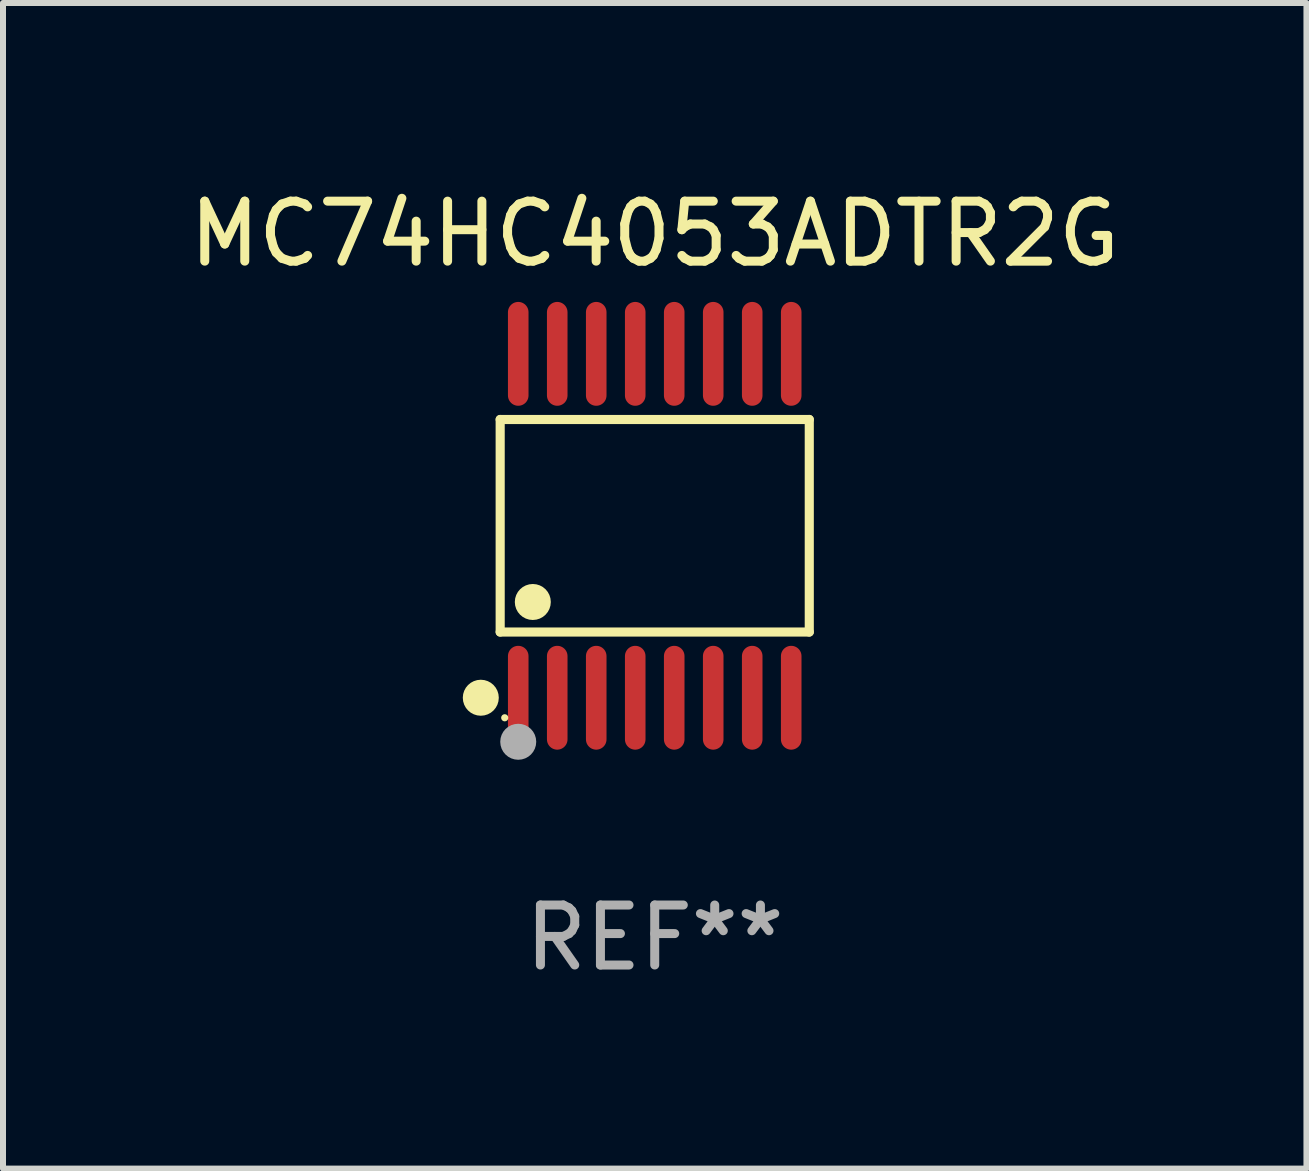
<source format=kicad_pcb>
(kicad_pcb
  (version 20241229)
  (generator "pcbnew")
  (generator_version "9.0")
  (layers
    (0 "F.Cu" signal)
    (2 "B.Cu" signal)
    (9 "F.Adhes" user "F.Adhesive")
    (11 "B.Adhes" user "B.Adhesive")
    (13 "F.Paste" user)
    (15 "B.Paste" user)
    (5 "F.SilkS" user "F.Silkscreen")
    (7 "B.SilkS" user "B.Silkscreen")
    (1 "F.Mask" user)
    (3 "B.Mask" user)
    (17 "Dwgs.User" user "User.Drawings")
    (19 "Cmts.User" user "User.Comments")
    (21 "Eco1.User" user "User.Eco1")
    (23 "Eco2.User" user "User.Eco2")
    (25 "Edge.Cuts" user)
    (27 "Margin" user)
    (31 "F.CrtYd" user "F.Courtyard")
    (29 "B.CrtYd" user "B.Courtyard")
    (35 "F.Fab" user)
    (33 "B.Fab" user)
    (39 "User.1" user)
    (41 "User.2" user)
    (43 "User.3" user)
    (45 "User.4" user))
  (footprint "MC74HC4053ADTR2G"
    (layer "F.Cu")
    (at 7.863 5.714)
    (property "Reference" "MC74HC4053ADTR2G" (at 0 -4.866 0) (layer "F.SilkS") (effects (font (size 1 1) (thickness 0.15))))
    (attr through_hole)
    (fp_line (start -2.576 -1.772) (end 2.576 -1.772) (stroke (width 0.152) (type solid)) (layer "F.SilkS"))
    (fp_line (start -2.576 1.771) (end -2.576 -1.772) (stroke (width 0.152) (type solid)) (layer "F.SilkS"))
    (fp_line (start 2.576 -1.772) (end 2.576 1.771) (stroke (width 0.152) (type solid)) (layer "F.SilkS"))
    (fp_line (start 2.576 1.771) (end -2.576 1.771) (stroke (width 0.152) (type solid)) (layer "F.SilkS"))
    (fp_circle (center -2.899 2.866) (end -2.749 2.866) (stroke (width 0.3) (type solid)) (fill no) (layer "F.SilkS"))
    (fp_circle (center -2.5 3.2) (end -2.47 3.2) (stroke (width 0.06) (type solid)) (fill no) (layer "F.SilkS"))
    (fp_circle (center -2.032 1.27) (end -1.882 1.27) (stroke (width 0.3) (type solid)) (fill no) (layer "F.SilkS"))
    (fp_circle (center -2.275 3.6) (end -2.125 3.6) (stroke (width 0.3) (type solid)) (fill no) (layer "F.Fab"))
    (fp_text user "REF**" (at 0 6.866 0) (layer "F.Fab") (effects (font (size 1 1) (thickness 0.15))))
    (pad "1" smd oval (at -2.275 2.866) (size 0.343 1.731) (layers "F.Cu" "F.Mask" "F.Paste"))
    (pad "2" smd oval (at -1.625 2.866) (size 0.343 1.731) (layers "F.Cu" "F.Mask" "F.Paste"))
    (pad "3" smd oval (at -0.975 2.866) (size 0.343 1.731) (layers "F.Cu" "F.Mask" "F.Paste"))
    (pad "4" smd oval (at -0.325 2.866) (size 0.343 1.731) (layers "F.Cu" "F.Mask" "F.Paste"))
    (pad "5" smd oval (at 0.325 2.866) (size 0.343 1.731) (layers "F.Cu" "F.Mask" "F.Paste"))
    (pad "6" smd oval (at 0.975 2.866) (size 0.343 1.731) (layers "F.Cu" "F.Mask" "F.Paste"))
    (pad "7" smd oval (at 1.625 2.866) (size 0.343 1.731) (layers "F.Cu" "F.Mask" "F.Paste"))
    (pad "8" smd oval (at 2.275 2.866) (size 0.343 1.731) (layers "F.Cu" "F.Mask" "F.Paste"))
    (pad "9" smd oval (at 2.275 -2.866) (size 0.343 1.731) (layers "F.Cu" "F.Mask" "F.Paste"))
    (pad "10" smd oval (at 1.625 -2.866) (size 0.343 1.731) (layers "F.Cu" "F.Mask" "F.Paste"))
    (pad "11" smd oval (at 0.975 -2.866) (size 0.343 1.731) (layers "F.Cu" "F.Mask" "F.Paste"))
    (pad "12" smd oval (at 0.325 -2.866) (size 0.343 1.731) (layers "F.Cu" "F.Mask" "F.Paste"))
    (pad "13" smd oval (at -0.325 -2.866) (size 0.343 1.731) (layers "F.Cu" "F.Mask" "F.Paste"))
    (pad "14" smd oval (at -0.975 -2.866) (size 0.343 1.731) (layers "F.Cu" "F.Mask" "F.Paste"))
    (pad "15" smd oval (at -1.625 -2.866) (size 0.343 1.731) (layers "F.Cu" "F.Mask" "F.Paste"))
    (pad "16" smd oval (at -2.275 -2.866) (size 0.343 1.731) (layers "F.Cu" "F.Mask" "F.Paste")))
  (gr_rect
    (start -3 -3)
    (end 18.726 16.428)
    (stroke (width 0.1) (type default))
    (fill no)
    (layer "Edge.Cuts")))
</source>
